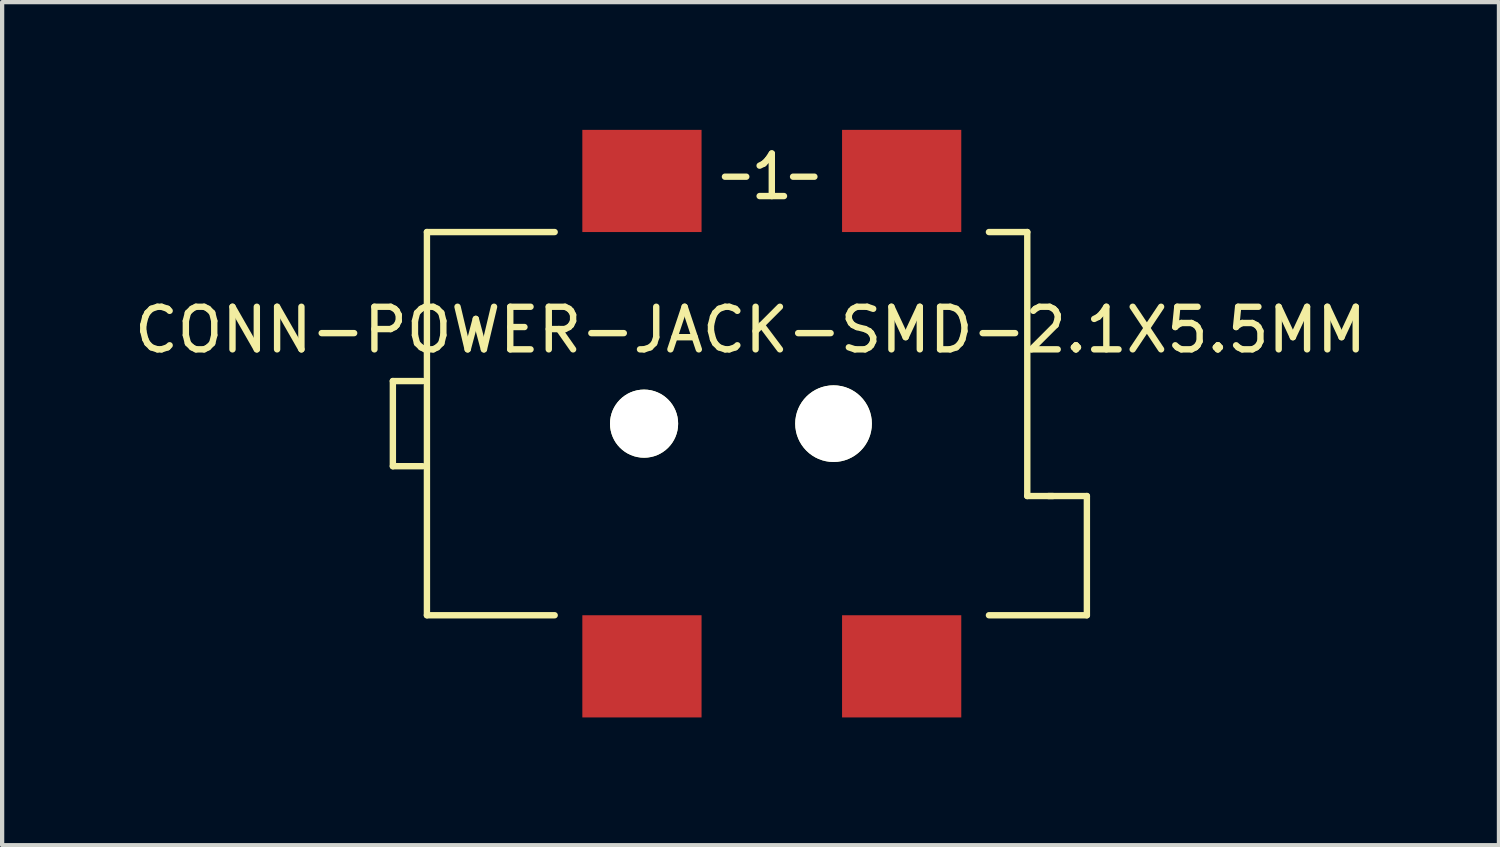
<source format=kicad_pcb>
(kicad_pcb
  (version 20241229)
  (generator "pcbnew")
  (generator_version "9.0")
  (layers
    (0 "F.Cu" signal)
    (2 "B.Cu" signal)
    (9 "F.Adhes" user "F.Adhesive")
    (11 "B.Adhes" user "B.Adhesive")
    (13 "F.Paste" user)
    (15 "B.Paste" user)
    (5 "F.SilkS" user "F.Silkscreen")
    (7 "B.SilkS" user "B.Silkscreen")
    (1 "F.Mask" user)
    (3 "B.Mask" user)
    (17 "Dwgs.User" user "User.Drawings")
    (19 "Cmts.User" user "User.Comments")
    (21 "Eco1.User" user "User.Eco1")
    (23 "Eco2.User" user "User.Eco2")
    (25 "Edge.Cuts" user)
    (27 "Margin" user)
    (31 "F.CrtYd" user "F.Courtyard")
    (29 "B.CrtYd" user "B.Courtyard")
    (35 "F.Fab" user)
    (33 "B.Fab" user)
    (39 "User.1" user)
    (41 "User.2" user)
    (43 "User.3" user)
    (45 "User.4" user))
  (footprint "CONN-POWER-JACK-SMD-2.1X5.5MM"
    (layer "F.Cu")
    (at 15.077 6.9)
    (property "Reference" "CONN-POWER-JACK-SMD-2.1X5.5MM" (at -0.5 -2.2 0) (layer "F.SilkS") (effects (font (size 1 1) (thickness 0.15))))
    (attr through_hole)
    (fp_line (start -8.9 -1) (end -8.9 1) (stroke (width 0.15) (type solid)) (layer "F.SilkS"))
    (fp_line (start -8.9 -1) (end -8.2 -1) (stroke (width 0.15) (type solid)) (layer "F.SilkS"))
    (fp_line (start -8.9 1) (end -8.2 1) (stroke (width 0.15) (type solid)) (layer "F.SilkS"))
    (fp_line (start -8.1 -4.5) (end -8.1 4.5) (stroke (width 0.15) (type solid)) (layer "F.SilkS"))
    (fp_line (start -8.1 4.5) (end -5.1 4.5) (stroke (width 0.15) (type solid)) (layer "F.SilkS"))
    (fp_line (start -5.1 -4.5) (end -8.1 -4.5) (stroke (width 0.15) (type solid)) (layer "F.SilkS"))
    (fp_line (start -0.6 -5.8) (end -1.1 -5.8) (stroke (width 0.15) (type solid)) (layer "F.SilkS"))
    (fp_line (start 1 -5.8) (end 0.5 -5.8) (stroke (width 0.15) (type solid)) (layer "F.SilkS"))
    (fp_line (start 5.1 -4.5) (end 6 -4.5) (stroke (width 0.15) (type solid)) (layer "F.SilkS"))
    (fp_line (start 5.1 4.5) (end 7.4 4.5) (stroke (width 0.15) (type solid)) (layer "F.SilkS"))
    (fp_line (start 6 -4.5) (end 6 1.7) (stroke (width 0.15) (type solid)) (layer "F.SilkS"))
    (fp_line (start 6 1.7) (end 6.6 1.7) (stroke (width 0.15) (type solid)) (layer "F.SilkS"))
    (fp_line (start 7.4 1.7) (end 6.5 1.7) (stroke (width 0.15) (type solid)) (layer "F.SilkS"))
    (fp_line (start 7.4 4.5) (end 7.4 1.7) (stroke (width 0.15) (type solid)) (layer "F.SilkS"))
    (fp_text user "1" (at 0 -5.8 0) (layer "F.SilkS") (effects (font (size 1 1) (thickness 0.15))))
    (pad "" np_thru_hole circle (at -3 0) (size 1.6 1.6) (drill 1.6) (layers "*.Cu" "*.Mask" "F.SilkS"))
    (pad "" np_thru_hole circle (at 1.45 0) (size 1.8 1.8) (drill 1.8) (layers "*.Cu" "*.Mask" "F.SilkS"))
    (pad "1" smd rect (at -3.05 -5.7) (size 2.8 2.4) (layers "F.Cu" "F.Mask" "F.Paste"))
    (pad "1" smd rect (at 3.05 -5.7) (size 2.8 2.4) (layers "F.Cu" "F.Mask" "F.Paste"))
    (pad "2" smd rect (at -3.05 5.7) (size 2.8 2.4) (layers "F.Cu" "F.Mask" "F.Paste"))
    (pad "3" smd rect (at 3.05 5.7) (size 2.8 2.4) (layers "F.Cu" "F.Mask" "F.Paste")))
  (gr_rect
    (start -3 -3)
    (end 32.155 16.8)
    (stroke (width 0.1) (type default))
    (fill no)
    (layer "Edge.Cuts")))
</source>
